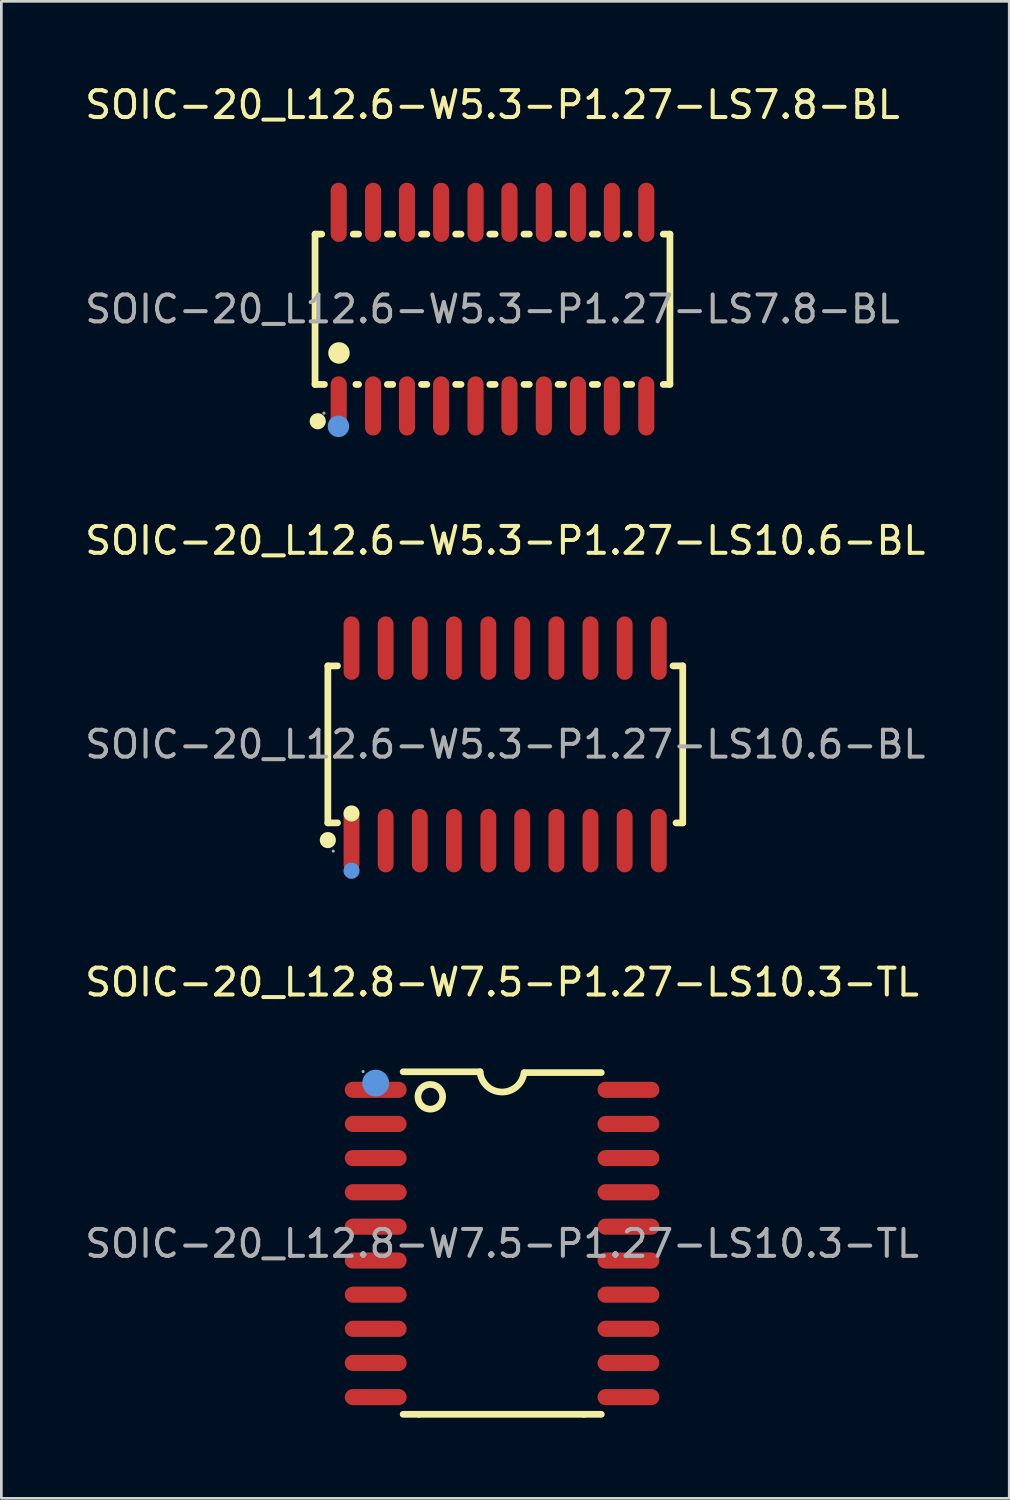
<source format=kicad_pcb>
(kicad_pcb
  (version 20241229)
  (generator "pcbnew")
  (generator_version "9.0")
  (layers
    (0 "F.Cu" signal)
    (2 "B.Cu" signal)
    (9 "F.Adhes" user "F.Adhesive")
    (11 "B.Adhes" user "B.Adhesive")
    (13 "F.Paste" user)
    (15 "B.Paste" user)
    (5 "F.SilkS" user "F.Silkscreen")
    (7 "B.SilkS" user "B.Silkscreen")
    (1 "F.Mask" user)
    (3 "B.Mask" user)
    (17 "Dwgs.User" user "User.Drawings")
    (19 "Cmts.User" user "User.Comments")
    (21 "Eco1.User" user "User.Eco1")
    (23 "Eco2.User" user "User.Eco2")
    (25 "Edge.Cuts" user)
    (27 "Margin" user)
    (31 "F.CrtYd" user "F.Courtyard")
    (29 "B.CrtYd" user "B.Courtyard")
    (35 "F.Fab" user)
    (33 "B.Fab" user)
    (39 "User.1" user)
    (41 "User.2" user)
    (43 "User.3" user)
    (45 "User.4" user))
  (footprint "SOIC-20_L12.6-W5.3-P1.27-LS10.6-BL"
    (layer "F.Cu")
    (at 15.744 24.637)
    (property "Reference" "SOIC-20_L12.6-W5.3-P1.27-LS10.6-BL" (at 0 -7.58 0) (layer "F.SilkS") (effects (font (size 1 1) (thickness 0.15))))
    (attr through_hole)
    (fp_line (start -6.6 -2.92) (end -6.6 2.92) (stroke (width 0.25) (type solid)) (layer "F.SilkS"))
    (fp_line (start -6.6 2.92) (end -6.24 2.92) (stroke (width 0.25) (type solid)) (layer "F.SilkS"))
    (fp_line (start -6.24 -2.92) (end -6.6 -2.92) (stroke (width 0.25) (type solid)) (layer "F.SilkS"))
    (fp_line (start 6.24 -2.92) (end 6.6 -2.92) (stroke (width 0.25) (type solid)) (layer "F.SilkS"))
    (fp_line (start 6.6 -2.92) (end 6.6 2.92) (stroke (width 0.25) (type solid)) (layer "F.SilkS"))
    (fp_line (start 6.6 2.92) (end 6.35 2.92) (stroke (width 0.25) (type solid)) (layer "F.SilkS"))
    (fp_circle (center -6.6 3.56) (end -6.45 3.56) (stroke (width 0.3) (type solid)) (fill no) (layer "F.SilkS"))
    (fp_circle (center -5.72 2.57) (end -5.57 2.57) (stroke (width 0.3) (type solid)) (fill no) (layer "F.SilkS"))
    (fp_circle (center -5.72 4.7) (end -5.57 4.7) (stroke (width 0.3) (type solid)) (fill no) (layer "Cmts.User"))
    (fp_circle (center -6.4 3.97) (end -6.37 3.97) (stroke (width 0.06) (type solid)) (fill no) (layer "F.Fab"))
    (fp_text user "${REFERENCE}" (at 0 0 0) (layer "F.Fab") (effects (font (size 1 1) (thickness 0.15))))
    (pad "1" smd oval (at -5.72 3.58) (size 0.59 2.36) (layers "F.Cu" "F.Mask" "F.Paste"))
    (pad "2" smd oval (at -4.45 3.58) (size 0.59 2.36) (layers "F.Cu" "F.Mask" "F.Paste"))
    (pad "3" smd oval (at -3.18 3.58) (size 0.59 2.36) (layers "F.Cu" "F.Mask" "F.Paste"))
    (pad "4" smd oval (at -1.91 3.58) (size 0.59 2.36) (layers "F.Cu" "F.Mask" "F.Paste"))
    (pad "5" smd oval (at -0.63 3.58) (size 0.59 2.36) (layers "F.Cu" "F.Mask" "F.Paste"))
    (pad "6" smd oval (at 0.63 3.58) (size 0.59 2.36) (layers "F.Cu" "F.Mask" "F.Paste"))
    (pad "7" smd oval (at 1.9 3.58) (size 0.59 2.36) (layers "F.Cu" "F.Mask" "F.Paste"))
    (pad "8" smd oval (at 3.17 3.58) (size 0.59 2.36) (layers "F.Cu" "F.Mask" "F.Paste"))
    (pad "9" smd oval (at 4.44 3.58) (size 0.59 2.36) (layers "F.Cu" "F.Mask" "F.Paste"))
    (pad "10" smd oval (at 5.71 3.58) (size 0.59 2.36) (layers "F.Cu" "F.Mask" "F.Paste"))
    (pad "11" smd oval (at 5.71 -3.58) (size 0.59 2.36) (layers "F.Cu" "F.Mask" "F.Paste"))
    (pad "12" smd oval (at 4.44 -3.58) (size 0.59 2.36) (layers "F.Cu" "F.Mask" "F.Paste"))
    (pad "13" smd oval (at 3.17 -3.58) (size 0.59 2.36) (layers "F.Cu" "F.Mask" "F.Paste"))
    (pad "14" smd oval (at 1.9 -3.58) (size 0.59 2.36) (layers "F.Cu" "F.Mask" "F.Paste"))
    (pad "15" smd oval (at 0.63 -3.58) (size 0.59 2.36) (layers "F.Cu" "F.Mask" "F.Paste"))
    (pad "16" smd oval (at -0.63 -3.58) (size 0.59 2.36) (layers "F.Cu" "F.Mask" "F.Paste"))
    (pad "17" smd oval (at -1.91 -3.58) (size 0.59 2.36) (layers "F.Cu" "F.Mask" "F.Paste"))
    (pad "18" smd oval (at -3.18 -3.58) (size 0.59 2.36) (layers "F.Cu" "F.Mask" "F.Paste"))
    (pad "19" smd oval (at -4.45 -3.58) (size 0.59 2.36) (layers "F.Cu" "F.Mask" "F.Paste"))
    (pad "20" smd oval (at -5.72 -3.58) (size 0.59 2.36) (layers "F.Cu" "F.Mask" "F.Paste")))
  (footprint "SOIC-20_L12.8-W7.5-P1.27-LS10.3-TL"
    (layer "F.Cu")
    (at 15.625 43.205)
    (property "Reference" "SOIC-20_L12.8-W7.5-P1.27-LS10.3-TL" (at 0 -9.72 0) (layer "F.SilkS") (effects (font (size 1 1) (thickness 0.15))))
    (attr through_hole)
    (fp_line (start -3.09 6.35) (end -3.68 6.35) (stroke (width 0.25) (type solid)) (layer "F.SilkS"))
    (fp_line (start -0.82 -6.39) (end -3.68 -6.39) (stroke (width 0.25) (type solid)) (layer "F.SilkS"))
    (fp_line (start 0.83 -6.36) (end 3.69 -6.36) (stroke (width 0.25) (type solid)) (layer "F.SilkS"))
    (fp_line (start 3.05 6.35) (end -3.09 6.35) (stroke (width 0.25) (type solid)) (layer "F.SilkS"))
    (fp_line (start 3.05 6.35) (end 3.69 6.35) (stroke (width 0.25) (type solid)) (layer "F.SilkS"))
    (fp_arc (start 0.815884 -6.352142) (mid -0.019041 -5.637238) (end -0.82 -6.39) (stroke (width 0.25) (type solid)) (layer "F.SilkS"))
    (fp_circle (center -2.67 -5.46) (end -2.21 -5.46) (stroke (width 0.25) (type solid)) (fill no) (layer "F.SilkS"))
    (fp_circle (center -4.7 -5.97) (end -4.45 -5.97) (stroke (width 0.5) (type solid)) (fill no) (layer "Cmts.User"))
    (fp_circle (center -5.17 -6.4) (end -5.14 -6.4) (stroke (width 0.06) (type solid)) (fill no) (layer "F.Fab"))
    (fp_text user "${REFERENCE}" (at 0 0 0) (layer "F.Fab") (effects (font (size 1 1) (thickness 0.15))))
    (pad "1" smd oval (at -4.7 -5.72 90) (size 0.6 2.3) (layers "F.Cu" "F.Mask" "F.Paste"))
    (pad "2" smd oval (at -4.7 -4.45 90) (size 0.6 2.3) (layers "F.Cu" "F.Mask" "F.Paste"))
    (pad "3" smd oval (at -4.7 -3.18 90) (size 0.6 2.3) (layers "F.Cu" "F.Mask" "F.Paste"))
    (pad "4" smd oval (at -4.7 -1.91 90) (size 0.6 2.3) (layers "F.Cu" "F.Mask" "F.Paste"))
    (pad "5" smd oval (at -4.7 -0.63 90) (size 0.6 2.3) (layers "F.Cu" "F.Mask" "F.Paste"))
    (pad "6" smd oval (at -4.7 0.63 90) (size 0.6 2.3) (layers "F.Cu" "F.Mask" "F.Paste"))
    (pad "7" smd oval (at -4.7 1.9 90) (size 0.6 2.3) (layers "F.Cu" "F.Mask" "F.Paste"))
    (pad "8" smd oval (at -4.7 3.17 90) (size 0.6 2.3) (layers "F.Cu" "F.Mask" "F.Paste"))
    (pad "9" smd oval (at -4.7 4.44 90) (size 0.6 2.3) (layers "F.Cu" "F.Mask" "F.Paste"))
    (pad "10" smd oval (at -4.7 5.71 90) (size 0.6 2.3) (layers "F.Cu" "F.Mask" "F.Paste"))
    (pad "11" smd oval (at 4.7 5.71 90) (size 0.6 2.3) (layers "F.Cu" "F.Mask" "F.Paste"))
    (pad "12" smd oval (at 4.7 4.44 90) (size 0.6 2.3) (layers "F.Cu" "F.Mask" "F.Paste"))
    (pad "13" smd oval (at 4.7 3.17 90) (size 0.6 2.3) (layers "F.Cu" "F.Mask" "F.Paste"))
    (pad "14" smd oval (at 4.7 1.9 90) (size 0.6 2.3) (layers "F.Cu" "F.Mask" "F.Paste"))
    (pad "15" smd oval (at 4.7 0.63 90) (size 0.6 2.3) (layers "F.Cu" "F.Mask" "F.Paste"))
    (pad "16" smd oval (at 4.7 -0.63 90) (size 0.6 2.3) (layers "F.Cu" "F.Mask" "F.Paste"))
    (pad "17" smd oval (at 4.7 -1.91 90) (size 0.6 2.3) (layers "F.Cu" "F.Mask" "F.Paste"))
    (pad "18" smd oval (at 4.7 -3.18 90) (size 0.6 2.3) (layers "F.Cu" "F.Mask" "F.Paste"))
    (pad "19" smd oval (at 4.7 -4.45 90) (size 0.6 2.3) (layers "F.Cu" "F.Mask" "F.Paste"))
    (pad "20" smd oval (at 4.7 -5.72 90) (size 0.6 2.3) (layers "F.Cu" "F.Mask" "F.Paste")))
  (footprint "SOIC-20_L12.6-W5.3-P1.27-LS7.8-BL"
    (layer "F.Cu")
    (at 15.268 8.448)
    (property "Reference" "SOIC-20_L12.6-W5.3-P1.27-LS7.8-BL" (at 0 -7.6 0) (layer "F.SilkS") (effects (font (size 1 1) (thickness 0.15))))
    (attr through_hole)
    (fp_line (start -6.6 -2.79) (end -6.6 2.8) (stroke (width 0.25) (type solid)) (layer "F.SilkS"))
    (fp_line (start -6.6 2.8) (end -6.25 2.8) (stroke (width 0.25) (type solid)) (layer "F.SilkS"))
    (fp_line (start -6.35 -2.79) (end -6.6 -2.79) (stroke (width 0.25) (type solid)) (layer "F.SilkS"))
    (fp_line (start -5.18 -2.79) (end -4.98 -2.79) (stroke (width 0.25) (type solid)) (layer "F.SilkS"))
    (fp_line (start -5.08 2.8) (end -4.98 2.8) (stroke (width 0.25) (type solid)) (layer "F.SilkS"))
    (fp_line (start -3.91 -2.79) (end -3.71 -2.79) (stroke (width 0.25) (type solid)) (layer "F.SilkS"))
    (fp_line (start -3.91 2.8) (end -3.71 2.8) (stroke (width 0.25) (type solid)) (layer "F.SilkS"))
    (fp_line (start -2.64 -2.79) (end -2.44 -2.79) (stroke (width 0.25) (type solid)) (layer "F.SilkS"))
    (fp_line (start -2.64 2.8) (end -2.44 2.8) (stroke (width 0.25) (type solid)) (layer "F.SilkS"))
    (fp_line (start -1.37 -2.79) (end -1.17 -2.79) (stroke (width 0.25) (type solid)) (layer "F.SilkS"))
    (fp_line (start -1.37 2.8) (end -1.17 2.8) (stroke (width 0.25) (type solid)) (layer "F.SilkS"))
    (fp_line (start -0.1 -2.79) (end 0.1 -2.79) (stroke (width 0.25) (type solid)) (layer "F.SilkS"))
    (fp_line (start -0.1 2.8) (end 0.1 2.8) (stroke (width 0.25) (type solid)) (layer "F.SilkS"))
    (fp_line (start 1.17 -2.79) (end 1.37 -2.79) (stroke (width 0.25) (type solid)) (layer "F.SilkS"))
    (fp_line (start 1.17 2.8) (end 1.37 2.8) (stroke (width 0.25) (type solid)) (layer "F.SilkS"))
    (fp_line (start 2.44 -2.79) (end 2.64 -2.79) (stroke (width 0.25) (type solid)) (layer "F.SilkS"))
    (fp_line (start 2.44 2.8) (end 2.64 2.8) (stroke (width 0.25) (type solid)) (layer "F.SilkS"))
    (fp_line (start 3.71 -2.79) (end 3.91 -2.79) (stroke (width 0.25) (type solid)) (layer "F.SilkS"))
    (fp_line (start 3.71 2.8) (end 3.91 2.8) (stroke (width 0.25) (type solid)) (layer "F.SilkS"))
    (fp_line (start 4.98 -2.79) (end 5.08 -2.79) (stroke (width 0.25) (type solid)) (layer "F.SilkS"))
    (fp_line (start 4.98 2.8) (end 5.18 2.8) (stroke (width 0.25) (type solid)) (layer "F.SilkS"))
    (fp_line (start 6.35 -2.79) (end 6.6 -2.79) (stroke (width 0.25) (type solid)) (layer "F.SilkS"))
    (fp_line (start 6.6 -2.79) (end 6.6 2.8) (stroke (width 0.25) (type solid)) (layer "F.SilkS"))
    (fp_line (start 6.6 2.8) (end 6.35 2.8) (stroke (width 0.25) (type solid)) (layer "F.SilkS"))
    (fp_arc (start -6.5 4.17) (mid -6.5 4.17) (end -6.5 4.17) (stroke (width 0.3) (type solid)) (layer "F.SilkS"))
    (fp_arc (start -5.71 1.63) (mid -5.71 1.63) (end -5.71 1.63) (stroke (width 0.4) (type solid)) (layer "F.SilkS"))
    (fp_circle (center -5.73 4.36) (end -5.53 4.36) (stroke (width 0.4) (type solid)) (fill no) (layer "Cmts.User"))
    (fp_circle (center -6.27 3.87) (end -6.24 3.87) (stroke (width 0.06) (type solid)) (fill no) (layer "F.Fab"))
    (fp_text user "${REFERENCE}" (at 0 0 0) (layer "F.Fab") (effects (font (size 1 1) (thickness 0.15))))
    (pad "1" smd oval (at -5.72 3.6) (size 0.6 2.2) (layers "F.Cu" "F.Mask" "F.Paste"))
    (pad "2" smd oval (at -4.44 3.6) (size 0.6 2.2) (layers "F.Cu" "F.Mask" "F.Paste"))
    (pad "3" smd oval (at -3.18 3.6) (size 0.6 2.2) (layers "F.Cu" "F.Mask" "F.Paste"))
    (pad "4" smd oval (at -1.91 3.6) (size 0.6 2.2) (layers "F.Cu" "F.Mask" "F.Paste"))
    (pad "5" smd oval (at -0.63 3.6) (size 0.6 2.2) (layers "F.Cu" "F.Mask" "F.Paste"))
    (pad "6" smd oval (at 0.63 3.6) (size 0.6 2.2) (layers "F.Cu" "F.Mask" "F.Paste"))
    (pad "7" smd oval (at 1.91 3.6) (size 0.6 2.2) (layers "F.Cu" "F.Mask" "F.Paste"))
    (pad "8" smd oval (at 3.18 3.6) (size 0.6 2.2) (layers "F.Cu" "F.Mask" "F.Paste"))
    (pad "9" smd oval (at 4.44 3.6) (size 0.6 2.2) (layers "F.Cu" "F.Mask" "F.Paste"))
    (pad "10" smd oval (at 5.72 3.6) (size 0.6 2.2) (layers "F.Cu" "F.Mask" "F.Paste"))
    (pad "11" smd oval (at 5.72 -3.6 180) (size 0.6 2.2) (layers "F.Cu" "F.Mask" "F.Paste"))
    (pad "12" smd oval (at 4.44 -3.6 180) (size 0.6 2.2) (layers "F.Cu" "F.Mask" "F.Paste"))
    (pad "13" smd oval (at 3.18 -3.6 180) (size 0.6 2.2) (layers "F.Cu" "F.Mask" "F.Paste"))
    (pad "14" smd oval (at 1.91 -3.6 180) (size 0.6 2.2) (layers "F.Cu" "F.Mask" "F.Paste"))
    (pad "15" smd oval (at 0.63 -3.6 180) (size 0.6 2.2) (layers "F.Cu" "F.Mask" "F.Paste"))
    (pad "16" smd oval (at -0.63 -3.6 180) (size 0.6 2.2) (layers "F.Cu" "F.Mask" "F.Paste"))
    (pad "17" smd oval (at -1.91 -3.6 180) (size 0.6 2.2) (layers "F.Cu" "F.Mask" "F.Paste"))
    (pad "18" smd oval (at -3.18 -3.6 180) (size 0.6 2.2) (layers "F.Cu" "F.Mask" "F.Paste"))
    (pad "19" smd oval (at -4.44 -3.6 180) (size 0.6 2.2) (layers "F.Cu" "F.Mask" "F.Paste"))
    (pad "20" smd oval (at -5.72 -3.6 180) (size 0.6 2.2) (layers "F.Cu" "F.Mask" "F.Paste")))
  (gr_rect
    (start -3 -3)
    (end 34.488 52.68)
    (stroke (width 0.1) (type default))
    (fill no)
    (layer "Edge.Cuts")))
</source>
